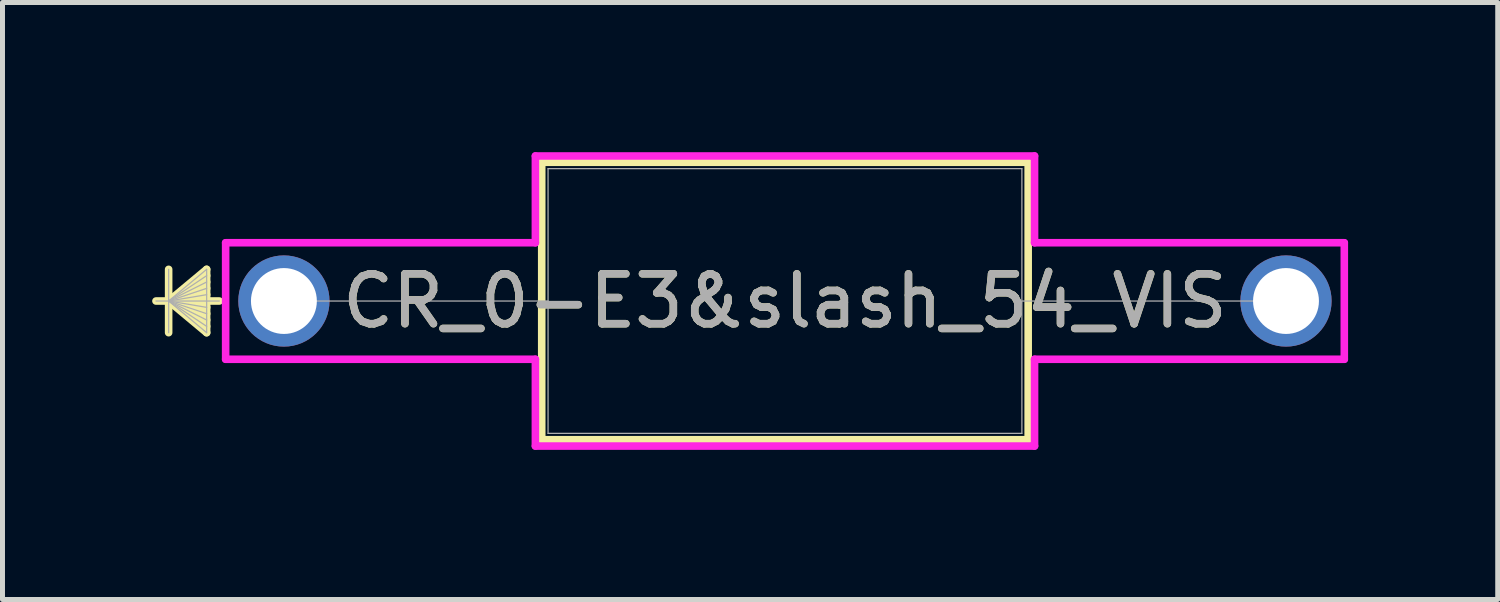
<source format=kicad_pcb>
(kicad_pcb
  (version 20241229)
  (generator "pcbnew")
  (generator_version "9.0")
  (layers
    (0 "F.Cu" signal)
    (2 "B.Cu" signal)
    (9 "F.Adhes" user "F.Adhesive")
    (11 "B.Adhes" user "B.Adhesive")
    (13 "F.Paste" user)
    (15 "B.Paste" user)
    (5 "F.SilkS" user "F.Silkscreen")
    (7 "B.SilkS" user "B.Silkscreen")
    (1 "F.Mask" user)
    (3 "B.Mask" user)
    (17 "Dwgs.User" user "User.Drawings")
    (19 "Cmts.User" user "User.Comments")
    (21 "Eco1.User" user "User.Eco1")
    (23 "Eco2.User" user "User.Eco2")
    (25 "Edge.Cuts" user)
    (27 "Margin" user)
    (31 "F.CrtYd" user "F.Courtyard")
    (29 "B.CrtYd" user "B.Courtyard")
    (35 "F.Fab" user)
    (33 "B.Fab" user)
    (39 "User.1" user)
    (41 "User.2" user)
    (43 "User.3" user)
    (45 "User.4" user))
  (footprint "CR_0-E3&slash_54_VIS"
    (layer "F.Cu")
    (at 2.642 2.985)
    (property "Reference" "CR_0-E3&slash_54_VIS" (at 10.046 0 0) (unlocked yes) (layer "F.SilkS") (effects (font (size 1 1) (thickness 0.15))))
    (attr through_hole)
    (fp_line (start -2.311 -0.635) (end -2.311 0.635) (stroke (width 0.152) (type solid)) (layer "F.SilkS"))
    (fp_line (start -2.311 0) (end -1.549 -0.635) (stroke (width 0.152) (type solid)) (layer "F.SilkS"))
    (fp_line (start -2.311 0) (end -1.549 -0.508) (stroke (width 0.152) (type solid)) (layer "F.SilkS"))
    (fp_line (start -2.311 0) (end -1.549 -0.381) (stroke (width 0.152) (type solid)) (layer "F.SilkS"))
    (fp_line (start -2.311 0) (end -1.549 -0.254) (stroke (width 0.152) (type solid)) (layer "F.SilkS"))
    (fp_line (start -2.311 0) (end -1.549 -0.127) (stroke (width 0.152) (type solid)) (layer "F.SilkS"))
    (fp_line (start -2.311 0) (end -1.549 0.127) (stroke (width 0.152) (type solid)) (layer "F.SilkS"))
    (fp_line (start -2.311 0) (end -1.549 0.254) (stroke (width 0.152) (type solid)) (layer "F.SilkS"))
    (fp_line (start -2.311 0) (end -1.549 0.381) (stroke (width 0.152) (type solid)) (layer "F.SilkS"))
    (fp_line (start -2.311 0) (end -1.549 0.508) (stroke (width 0.152) (type solid)) (layer "F.SilkS"))
    (fp_line (start -2.311 0) (end -1.549 0.635) (stroke (width 0.152) (type solid)) (layer "F.SilkS"))
    (fp_line (start -1.549 -0.635) (end -1.549 0.635) (stroke (width 0.152) (type solid)) (layer "F.SilkS"))
    (fp_line (start -1.295 0) (end -2.565 0) (stroke (width 0.152) (type solid)) (layer "F.SilkS"))
    (fp_line (start 5.169 -2.781) (end 5.169 2.781) (stroke (width 0.152) (type solid)) (layer "F.SilkS"))
    (fp_line (start 5.169 2.781) (end 14.922 2.781) (stroke (width 0.152) (type solid)) (layer "F.SilkS"))
    (fp_line (start 14.922 -2.781) (end 5.169 -2.781) (stroke (width 0.152) (type solid)) (layer "F.SilkS"))
    (fp_line (start 14.922 2.781) (end 14.922 -2.781) (stroke (width 0.152) (type solid)) (layer "F.SilkS"))
    (fp_line (start -1.168 -1.168) (end 5.042 -1.168) (stroke (width 0.152) (type solid)) (layer "F.CrtYd"))
    (fp_line (start -1.168 1.168) (end -1.168 -1.168) (stroke (width 0.152) (type solid)) (layer "F.CrtYd"))
    (fp_line (start 5.042 -2.908) (end 15.05 -2.908) (stroke (width 0.152) (type solid)) (layer "F.CrtYd"))
    (fp_line (start 5.042 -1.168) (end 5.042 -2.908) (stroke (width 0.152) (type solid)) (layer "F.CrtYd"))
    (fp_line (start 5.042 1.168) (end -1.168 1.168) (stroke (width 0.152) (type solid)) (layer "F.CrtYd"))
    (fp_line (start 5.042 2.908) (end 5.042 1.168) (stroke (width 0.152) (type solid)) (layer "F.CrtYd"))
    (fp_line (start 15.05 -2.908) (end 15.05 -1.168) (stroke (width 0.152) (type solid)) (layer "F.CrtYd"))
    (fp_line (start 15.05 -1.168) (end 21.26 -1.168) (stroke (width 0.152) (type solid)) (layer "F.CrtYd"))
    (fp_line (start 15.05 1.168) (end 15.05 2.908) (stroke (width 0.152) (type solid)) (layer "F.CrtYd"))
    (fp_line (start 15.05 2.908) (end 5.042 2.908) (stroke (width 0.152) (type solid)) (layer "F.CrtYd"))
    (fp_line (start 21.26 -1.168) (end 21.26 1.168) (stroke (width 0.152) (type solid)) (layer "F.CrtYd"))
    (fp_line (start 21.26 1.168) (end 15.05 1.168) (stroke (width 0.152) (type solid)) (layer "F.CrtYd"))
    (fp_line (start -2.311 -0.635) (end -2.311 0.635) (stroke (width 0.025) (type solid)) (layer "F.Fab"))
    (fp_line (start -2.311 0) (end -1.549 -0.635) (stroke (width 0.025) (type solid)) (layer "F.Fab"))
    (fp_line (start -2.311 0) (end -1.549 -0.508) (stroke (width 0.025) (type solid)) (layer "F.Fab"))
    (fp_line (start -2.311 0) (end -1.549 -0.381) (stroke (width 0.025) (type solid)) (layer "F.Fab"))
    (fp_line (start -2.311 0) (end -1.549 -0.254) (stroke (width 0.025) (type solid)) (layer "F.Fab"))
    (fp_line (start -2.311 0) (end -1.549 -0.127) (stroke (width 0.025) (type solid)) (layer "F.Fab"))
    (fp_line (start -2.311 0) (end -1.549 0.127) (stroke (width 0.025) (type solid)) (layer "F.Fab"))
    (fp_line (start -2.311 0) (end -1.549 0.254) (stroke (width 0.025) (type solid)) (layer "F.Fab"))
    (fp_line (start -2.311 0) (end -1.549 0.381) (stroke (width 0.025) (type solid)) (layer "F.Fab"))
    (fp_line (start -2.311 0) (end -1.549 0.508) (stroke (width 0.025) (type solid)) (layer "F.Fab"))
    (fp_line (start -2.311 0) (end -1.549 0.635) (stroke (width 0.025) (type solid)) (layer "F.Fab"))
    (fp_line (start -1.549 -0.635) (end -1.549 0.635) (stroke (width 0.025) (type solid)) (layer "F.Fab"))
    (fp_line (start -1.295 0) (end -2.565 0) (stroke (width 0.025) (type solid)) (layer "F.Fab"))
    (fp_line (start 0 0) (end 5.296 0) (stroke (width 0.025) (type solid)) (layer "F.Fab"))
    (fp_line (start 5.296 -2.654) (end 5.296 2.654) (stroke (width 0.025) (type solid)) (layer "F.Fab"))
    (fp_line (start 5.296 2.654) (end 14.796 2.654) (stroke (width 0.025) (type solid)) (layer "F.Fab"))
    (fp_line (start 14.796 -2.654) (end 5.296 -2.654) (stroke (width 0.025) (type solid)) (layer "F.Fab"))
    (fp_line (start 14.796 2.654) (end 14.796 -2.654) (stroke (width 0.025) (type solid)) (layer "F.Fab"))
    (fp_line (start 20.091 0) (end 14.796 0) (stroke (width 0.025) (type solid)) (layer "F.Fab"))
    (fp_text user "${REFERENCE}" (at 10.046 0 0) (unlocked yes) (layer "F.Fab") (effects (font (size 1 1) (thickness 0.15))))
    (pad "1" thru_hole circle (at 0 0) (size 1.829 1.829) (drill 1.321) (layers "*.Cu" "*.Mask"))
    (pad "2" thru_hole circle (at 20.091 0) (size 1.829 1.829) (drill 1.321) (layers "*.Cu" "*.Mask")))
  (gr_rect
    (start -3 -3)
    (end 26.978 8.969)
    (stroke (width 0.1) (type default))
    (fill no)
    (layer "Edge.Cuts")))
</source>
